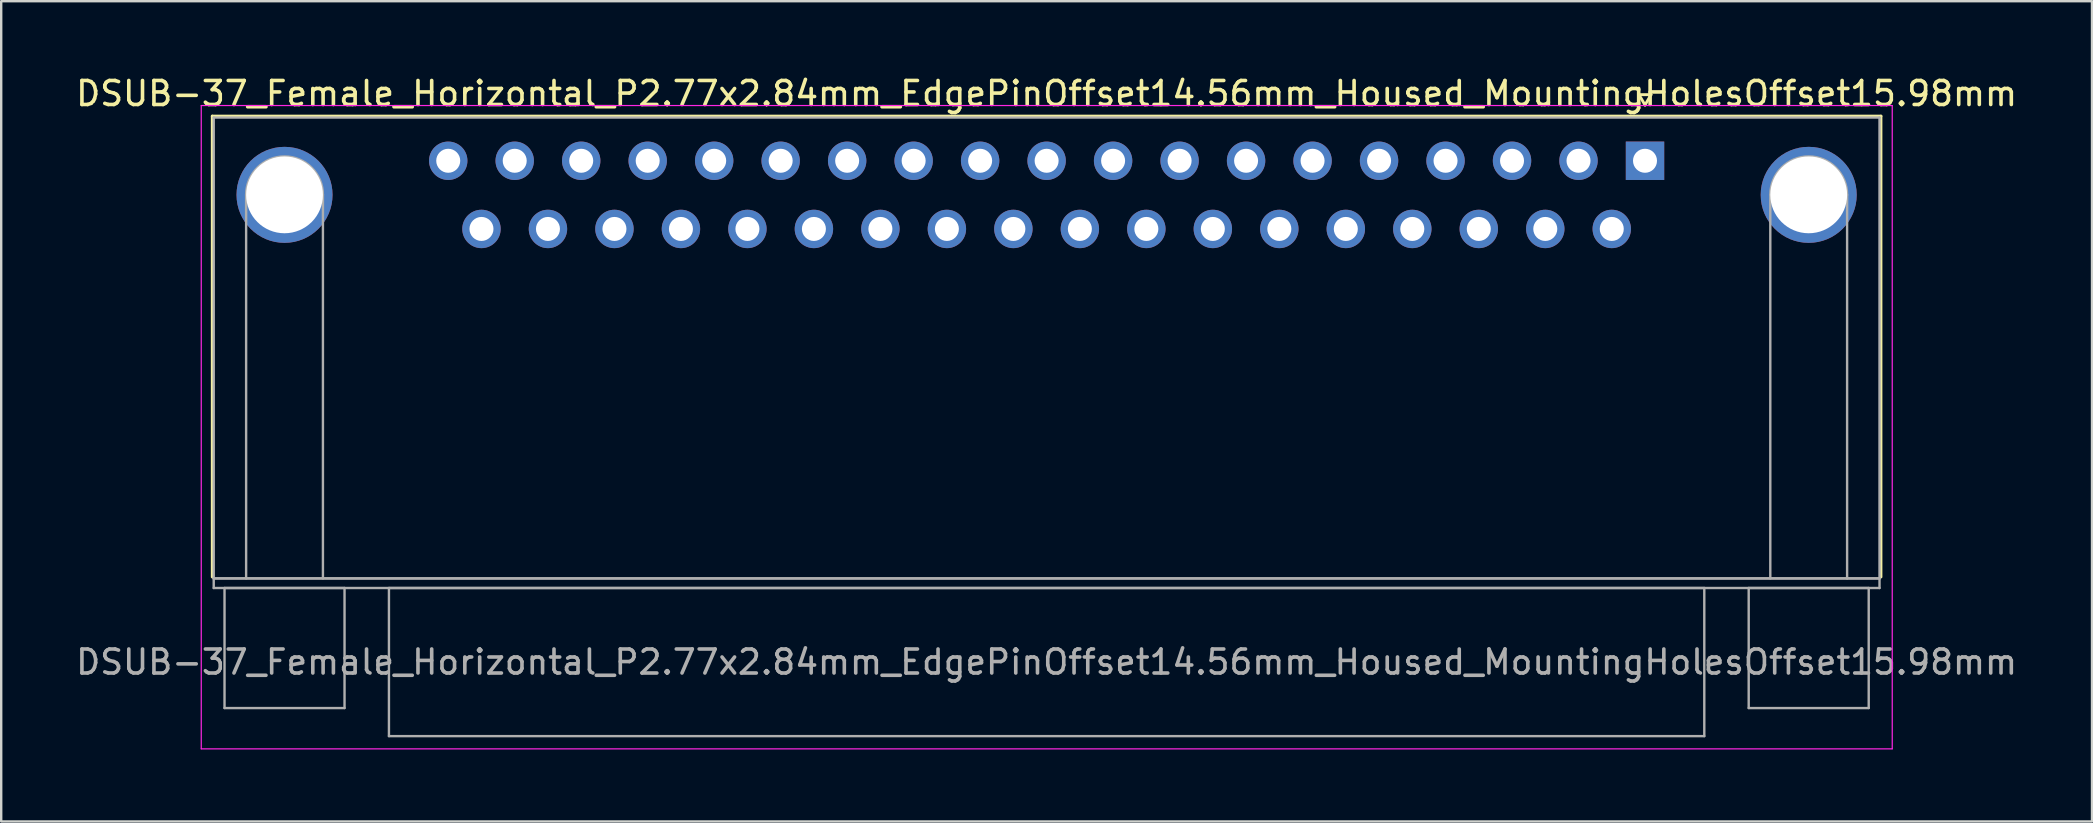
<source format=kicad_pcb>
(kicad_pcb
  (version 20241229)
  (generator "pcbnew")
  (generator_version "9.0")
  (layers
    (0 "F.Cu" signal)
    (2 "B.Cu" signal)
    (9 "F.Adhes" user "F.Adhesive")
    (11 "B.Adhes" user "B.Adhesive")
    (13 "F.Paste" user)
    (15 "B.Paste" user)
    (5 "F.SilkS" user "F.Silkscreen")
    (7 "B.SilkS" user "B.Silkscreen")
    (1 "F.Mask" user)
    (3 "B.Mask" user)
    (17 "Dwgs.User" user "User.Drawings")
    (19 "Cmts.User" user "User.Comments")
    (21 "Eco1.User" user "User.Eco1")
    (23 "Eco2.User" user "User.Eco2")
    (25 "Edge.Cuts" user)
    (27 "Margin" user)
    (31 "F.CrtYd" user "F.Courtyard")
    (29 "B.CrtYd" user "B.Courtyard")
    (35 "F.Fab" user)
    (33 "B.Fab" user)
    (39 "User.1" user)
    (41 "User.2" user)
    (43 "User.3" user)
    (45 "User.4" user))
  (footprint "DSUB-37_Female_Horizontal_P2.77x2.84mm_EdgePinOffset14.56mm_Housed_MountingHolesOffset15.98mm"
    (layer "F.Cu")
    (at 65.484 3.648)
    (property "Reference" "DSUB-37_Female_Horizontal_P2.77x2.84mm_EdgePinOffset14.56mm_Housed_MountingHolesOffset15.98mm" (at -24.93 -2.8 0) (layer "F.SilkS") (effects (font (size 1 1) (thickness 0.15))))
    (attr through_hole)
    (fp_line (start -59.69 -1.86) (end 9.83 -1.86) (stroke (width 0.12) (type solid)) (layer "F.SilkS"))
    (fp_line (start -59.69 17.34) (end -59.69 -1.86) (stroke (width 0.12) (type solid)) (layer "F.SilkS"))
    (fp_line (start -0.25 -2.754) (end 0.25 -2.754) (stroke (width 0.12) (type solid)) (layer "F.SilkS"))
    (fp_line (start 0 -2.321) (end -0.25 -2.754) (stroke (width 0.12) (type solid)) (layer "F.SilkS"))
    (fp_line (start 0.25 -2.754) (end 0 -2.321) (stroke (width 0.12) (type solid)) (layer "F.SilkS"))
    (fp_line (start 9.83 -1.86) (end 9.83 17.34) (stroke (width 0.12) (type solid)) (layer "F.SilkS"))
    (fp_line (start -60.15 -2.3) (end -60.15 24.5) (stroke (width 0.05) (type solid)) (layer "F.CrtYd"))
    (fp_line (start -60.15 24.5) (end 10.3 24.5) (stroke (width 0.05) (type solid)) (layer "F.CrtYd"))
    (fp_line (start 10.3 -2.3) (end -60.15 -2.3) (stroke (width 0.05) (type solid)) (layer "F.CrtYd"))
    (fp_line (start 10.3 24.5) (end 10.3 -2.3) (stroke (width 0.05) (type solid)) (layer "F.CrtYd"))
    (fp_line (start -59.63 -1.8) (end -59.63 17.4) (stroke (width 0.1) (type solid)) (layer "F.Fab"))
    (fp_line (start -59.63 17.4) (end -59.63 17.8) (stroke (width 0.1) (type solid)) (layer "F.Fab"))
    (fp_line (start -59.63 17.4) (end 9.77 17.4) (stroke (width 0.1) (type solid)) (layer "F.Fab"))
    (fp_line (start -59.63 17.8) (end 9.77 17.8) (stroke (width 0.1) (type solid)) (layer "F.Fab"))
    (fp_line (start -59.18 17.8) (end -59.18 22.8) (stroke (width 0.1) (type solid)) (layer "F.Fab"))
    (fp_line (start -59.18 22.8) (end -54.18 22.8) (stroke (width 0.1) (type solid)) (layer "F.Fab"))
    (fp_line (start -58.28 17.4) (end -58.28 1.42) (stroke (width 0.1) (type solid)) (layer "F.Fab"))
    (fp_line (start -55.08 17.4) (end -55.08 1.42) (stroke (width 0.1) (type solid)) (layer "F.Fab"))
    (fp_line (start -54.18 17.8) (end -59.18 17.8) (stroke (width 0.1) (type solid)) (layer "F.Fab"))
    (fp_line (start -54.18 22.8) (end -54.18 17.8) (stroke (width 0.1) (type solid)) (layer "F.Fab"))
    (fp_line (start -52.33 17.8) (end -52.33 23.97) (stroke (width 0.1) (type solid)) (layer "F.Fab"))
    (fp_line (start -52.33 23.97) (end 2.47 23.97) (stroke (width 0.1) (type solid)) (layer "F.Fab"))
    (fp_line (start 2.47 17.8) (end -52.33 17.8) (stroke (width 0.1) (type solid)) (layer "F.Fab"))
    (fp_line (start 2.47 23.97) (end 2.47 17.8) (stroke (width 0.1) (type solid)) (layer "F.Fab"))
    (fp_line (start 4.32 17.8) (end 4.32 22.8) (stroke (width 0.1) (type solid)) (layer "F.Fab"))
    (fp_line (start 4.32 22.8) (end 9.32 22.8) (stroke (width 0.1) (type solid)) (layer "F.Fab"))
    (fp_line (start 5.22 17.4) (end 5.22 1.42) (stroke (width 0.1) (type solid)) (layer "F.Fab"))
    (fp_line (start 8.42 17.4) (end 8.42 1.42) (stroke (width 0.1) (type solid)) (layer "F.Fab"))
    (fp_line (start 9.32 17.8) (end 4.32 17.8) (stroke (width 0.1) (type solid)) (layer "F.Fab"))
    (fp_line (start 9.32 22.8) (end 9.32 17.8) (stroke (width 0.1) (type solid)) (layer "F.Fab"))
    (fp_line (start 9.77 -1.8) (end -59.63 -1.8) (stroke (width 0.1) (type solid)) (layer "F.Fab"))
    (fp_line (start 9.77 17.4) (end -59.63 17.4) (stroke (width 0.1) (type solid)) (layer "F.Fab"))
    (fp_line (start 9.77 17.4) (end 9.77 -1.8) (stroke (width 0.1) (type solid)) (layer "F.Fab"))
    (fp_line (start 9.77 17.8) (end 9.77 17.4) (stroke (width 0.1) (type solid)) (layer "F.Fab"))
    (fp_arc (start -58.28 1.42) (mid -56.68 -0.18) (end -55.08 1.42) (stroke (width 0.1) (type solid)) (layer "F.Fab"))
    (fp_arc (start 5.22 1.42) (mid 6.82 -0.18) (end 8.42 1.42) (stroke (width 0.1) (type solid)) (layer "F.Fab"))
    (fp_text user "${REFERENCE}" (at -24.93 20.885 0) (layer "F.Fab") (effects (font (size 1 1) (thickness 0.15))))
    (pad "0" thru_hole circle (at -56.68 1.42) (size 4 4) (drill 3.2) (layers "*.Cu" "*.Mask"))
    (pad "0" thru_hole circle (at 6.82 1.42) (size 4 4) (drill 3.2) (layers "*.Cu" "*.Mask"))
    (pad "1" thru_hole rect (at 0 0) (size 1.6 1.6) (drill 1) (layers "*.Cu" "*.Mask"))
    (pad "2" thru_hole circle (at -2.77 0) (size 1.6 1.6) (drill 1) (layers "*.Cu" "*.Mask"))
    (pad "3" thru_hole circle (at -5.54 0) (size 1.6 1.6) (drill 1) (layers "*.Cu" "*.Mask"))
    (pad "4" thru_hole circle (at -8.31 0) (size 1.6 1.6) (drill 1) (layers "*.Cu" "*.Mask"))
    (pad "5" thru_hole circle (at -11.08 0) (size 1.6 1.6) (drill 1) (layers "*.Cu" "*.Mask"))
    (pad "6" thru_hole circle (at -13.85 0) (size 1.6 1.6) (drill 1) (layers "*.Cu" "*.Mask"))
    (pad "7" thru_hole circle (at -16.62 0) (size 1.6 1.6) (drill 1) (layers "*.Cu" "*.Mask"))
    (pad "8" thru_hole circle (at -19.39 0) (size 1.6 1.6) (drill 1) (layers "*.Cu" "*.Mask"))
    (pad "9" thru_hole circle (at -22.16 0) (size 1.6 1.6) (drill 1) (layers "*.Cu" "*.Mask"))
    (pad "10" thru_hole circle (at -24.93 0) (size 1.6 1.6) (drill 1) (layers "*.Cu" "*.Mask"))
    (pad "11" thru_hole circle (at -27.7 0) (size 1.6 1.6) (drill 1) (layers "*.Cu" "*.Mask"))
    (pad "12" thru_hole circle (at -30.47 0) (size 1.6 1.6) (drill 1) (layers "*.Cu" "*.Mask"))
    (pad "13" thru_hole circle (at -33.24 0) (size 1.6 1.6) (drill 1) (layers "*.Cu" "*.Mask"))
    (pad "14" thru_hole circle (at -36.01 0) (size 1.6 1.6) (drill 1) (layers "*.Cu" "*.Mask"))
    (pad "15" thru_hole circle (at -38.78 0) (size 1.6 1.6) (drill 1) (layers "*.Cu" "*.Mask"))
    (pad "16" thru_hole circle (at -41.55 0) (size 1.6 1.6) (drill 1) (layers "*.Cu" "*.Mask"))
    (pad "17" thru_hole circle (at -44.32 0) (size 1.6 1.6) (drill 1) (layers "*.Cu" "*.Mask"))
    (pad "18" thru_hole circle (at -47.09 0) (size 1.6 1.6) (drill 1) (layers "*.Cu" "*.Mask"))
    (pad "19" thru_hole circle (at -49.86 0) (size 1.6 1.6) (drill 1) (layers "*.Cu" "*.Mask"))
    (pad "20" thru_hole circle (at -1.385 2.84) (size 1.6 1.6) (drill 1) (layers "*.Cu" "*.Mask"))
    (pad "21" thru_hole circle (at -4.155 2.84) (size 1.6 1.6) (drill 1) (layers "*.Cu" "*.Mask"))
    (pad "22" thru_hole circle (at -6.925 2.84) (size 1.6 1.6) (drill 1) (layers "*.Cu" "*.Mask"))
    (pad "23" thru_hole circle (at -9.695 2.84) (size 1.6 1.6) (drill 1) (layers "*.Cu" "*.Mask"))
    (pad "24" thru_hole circle (at -12.465 2.84) (size 1.6 1.6) (drill 1) (layers "*.Cu" "*.Mask"))
    (pad "25" thru_hole circle (at -15.235 2.84) (size 1.6 1.6) (drill 1) (layers "*.Cu" "*.Mask"))
    (pad "26" thru_hole circle (at -18.005 2.84) (size 1.6 1.6) (drill 1) (layers "*.Cu" "*.Mask"))
    (pad "27" thru_hole circle (at -20.775 2.84) (size 1.6 1.6) (drill 1) (layers "*.Cu" "*.Mask"))
    (pad "28" thru_hole circle (at -23.545 2.84) (size 1.6 1.6) (drill 1) (layers "*.Cu" "*.Mask"))
    (pad "29" thru_hole circle (at -26.315 2.84) (size 1.6 1.6) (drill 1) (layers "*.Cu" "*.Mask"))
    (pad "30" thru_hole circle (at -29.085 2.84) (size 1.6 1.6) (drill 1) (layers "*.Cu" "*.Mask"))
    (pad "31" thru_hole circle (at -31.855 2.84) (size 1.6 1.6) (drill 1) (layers "*.Cu" "*.Mask"))
    (pad "32" thru_hole circle (at -34.625 2.84) (size 1.6 1.6) (drill 1) (layers "*.Cu" "*.Mask"))
    (pad "33" thru_hole circle (at -37.395 2.84) (size 1.6 1.6) (drill 1) (layers "*.Cu" "*.Mask"))
    (pad "34" thru_hole circle (at -40.165 2.84) (size 1.6 1.6) (drill 1) (layers "*.Cu" "*.Mask"))
    (pad "35" thru_hole circle (at -42.935 2.84) (size 1.6 1.6) (drill 1) (layers "*.Cu" "*.Mask"))
    (pad "36" thru_hole circle (at -45.705 2.84) (size 1.6 1.6) (drill 1) (layers "*.Cu" "*.Mask"))
    (pad "37" thru_hole circle (at -48.475 2.84) (size 1.6 1.6) (drill 1) (layers "*.Cu" "*.Mask")))
  (gr_rect
    (start -3 -3)
    (end 84.107 31.173)
    (stroke (width 0.1) (type default))
    (fill no)
    (layer "Edge.Cuts")))
</source>
